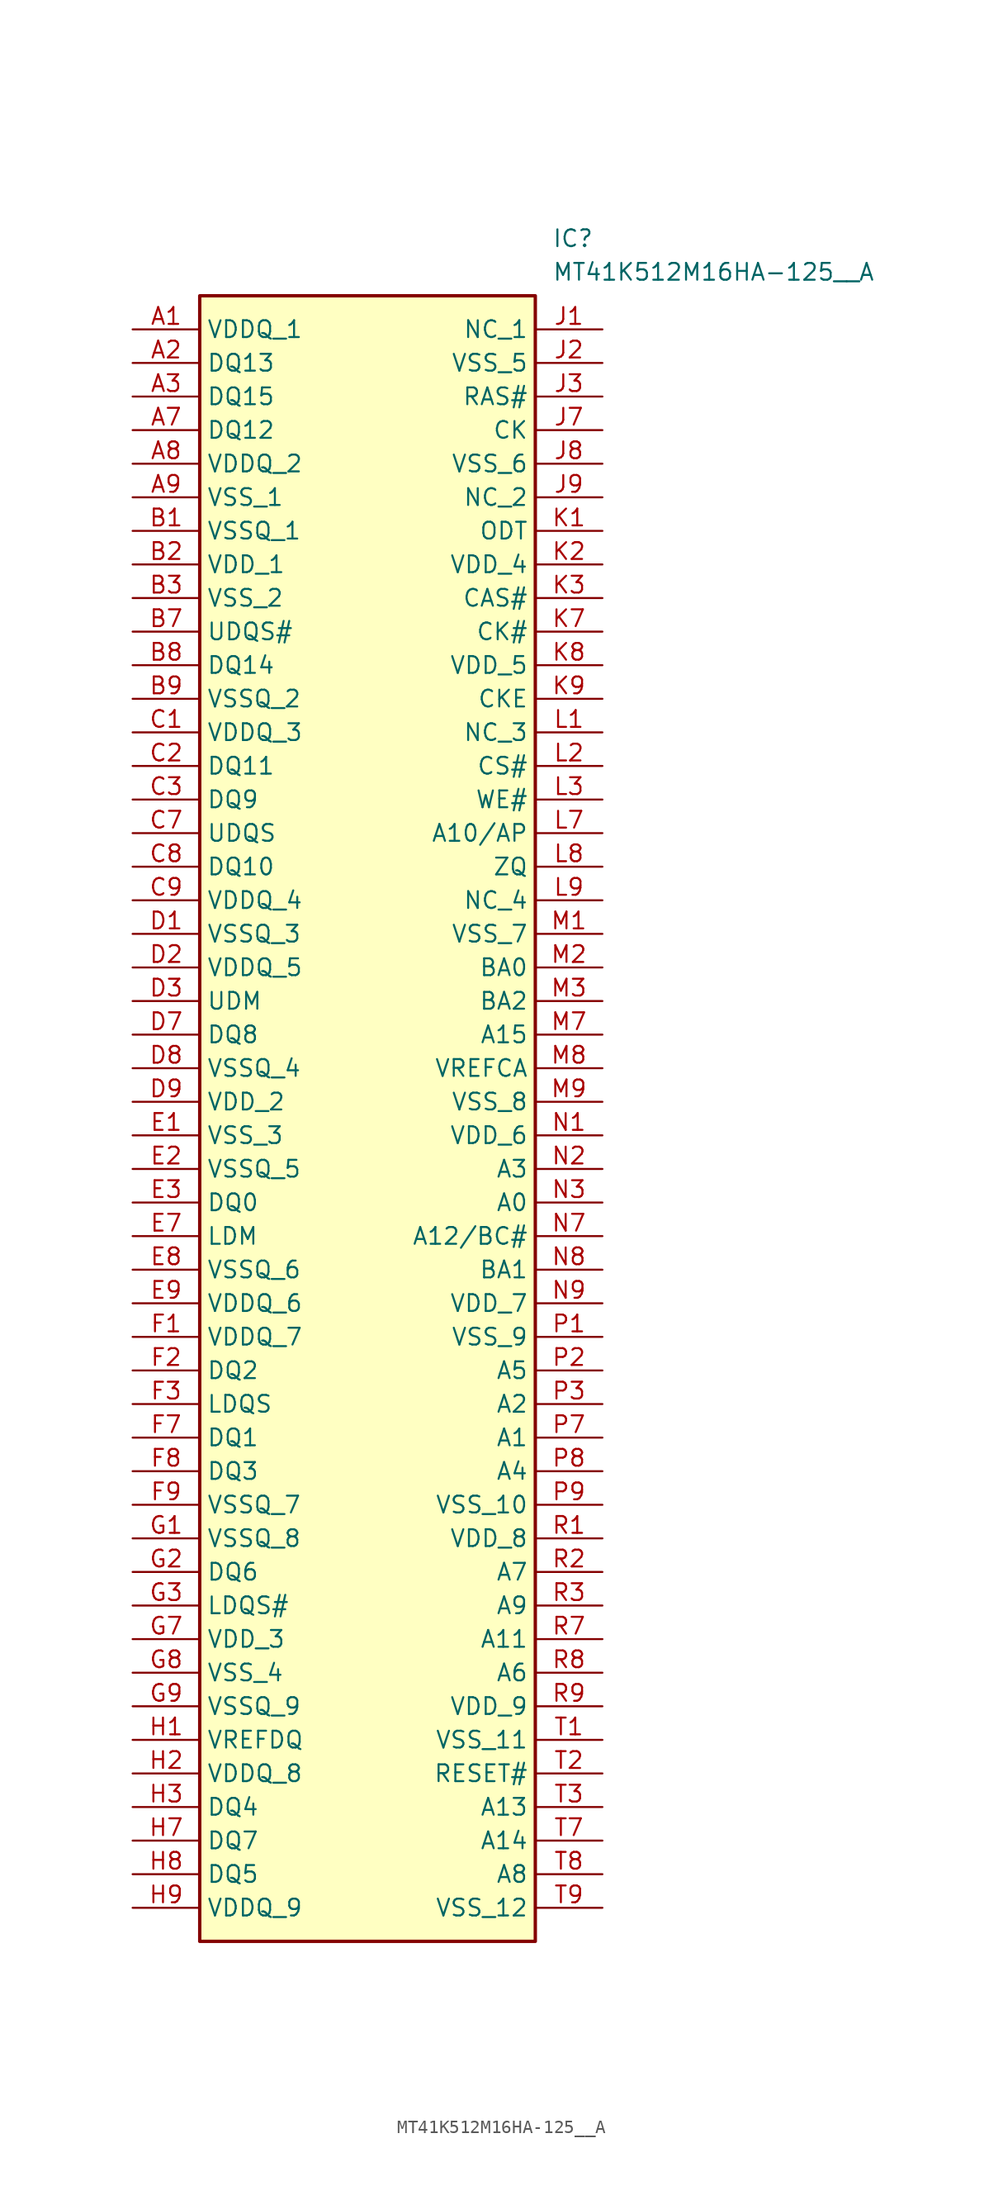
<source format=kicad_sym>
(kicad_symbol_lib
  (version 20211014)
  (generator SamacSys_ECAD_Model)
  (symbol "MT41K512M16HA-125__A"
    (property "Reference" "IC"
      (at 31.75 7.62 0)
      (effects (font (size 1.27 1.27)) (justify left top)))
    (property "Value" "MT41K512M16HA-125__A"
      (at 31.75 5.08 0)
      (effects (font (size 1.27 1.27)) (justify left top)))
    (rectangle
      (start 5.08 2.54)
      (end 30.48 -121.92)
      (stroke (width 0.254) (type default))
      (fill (type background)))
    (pin passive line
      (at 0 0 0)
      (length 5.08)
      (name "VDDQ_1" (effects (font (size 1.27 1.27))))
      (number "A1" (effects (font (size 1.27 1.27)))))
    (pin passive line
      (at 0 -2.54 0)
      (length 5.08)
      (name "DQ13" (effects (font (size 1.27 1.27))))
      (number "A2" (effects (font (size 1.27 1.27)))))
    (pin passive line
      (at 0 -5.08 0)
      (length 5.08)
      (name "DQ15" (effects (font (size 1.27 1.27))))
      (number "A3" (effects (font (size 1.27 1.27)))))
    (pin passive line
      (at 0 -7.62 0)
      (length 5.08)
      (name "DQ12" (effects (font (size 1.27 1.27))))
      (number "A7" (effects (font (size 1.27 1.27)))))
    (pin passive line
      (at 0 -10.16 0)
      (length 5.08)
      (name "VDDQ_2" (effects (font (size 1.27 1.27))))
      (number "A8" (effects (font (size 1.27 1.27)))))
    (pin passive line
      (at 0 -12.7 0)
      (length 5.08)
      (name "VSS_1" (effects (font (size 1.27 1.27))))
      (number "A9" (effects (font (size 1.27 1.27)))))
    (pin passive line
      (at 0 -15.24 0)
      (length 5.08)
      (name "VSSQ_1" (effects (font (size 1.27 1.27))))
      (number "B1" (effects (font (size 1.27 1.27)))))
    (pin passive line
      (at 0 -17.78 0)
      (length 5.08)
      (name "VDD_1" (effects (font (size 1.27 1.27))))
      (number "B2" (effects (font (size 1.27 1.27)))))
    (pin passive line
      (at 0 -20.32 0)
      (length 5.08)
      (name "VSS_2" (effects (font (size 1.27 1.27))))
      (number "B3" (effects (font (size 1.27 1.27)))))
    (pin passive line
      (at 0 -22.86 0)
      (length 5.08)
      (name "UDQS#" (effects (font (size 1.27 1.27))))
      (number "B7" (effects (font (size 1.27 1.27)))))
    (pin passive line
      (at 0 -25.4 0)
      (length 5.08)
      (name "DQ14" (effects (font (size 1.27 1.27))))
      (number "B8" (effects (font (size 1.27 1.27)))))
    (pin passive line
      (at 0 -27.94 0)
      (length 5.08)
      (name "VSSQ_2" (effects (font (size 1.27 1.27))))
      (number "B9" (effects (font (size 1.27 1.27)))))
    (pin passive line
      (at 0 -30.48 0)
      (length 5.08)
      (name "VDDQ_3" (effects (font (size 1.27 1.27))))
      (number "C1" (effects (font (size 1.27 1.27)))))
    (pin passive line
      (at 0 -33.02 0)
      (length 5.08)
      (name "DQ11" (effects (font (size 1.27 1.27))))
      (number "C2" (effects (font (size 1.27 1.27)))))
    (pin passive line
      (at 0 -35.56 0)
      (length 5.08)
      (name "DQ9" (effects (font (size 1.27 1.27))))
      (number "C3" (effects (font (size 1.27 1.27)))))
    (pin passive line
      (at 0 -38.1 0)
      (length 5.08)
      (name "UDQS" (effects (font (size 1.27 1.27))))
      (number "C7" (effects (font (size 1.27 1.27)))))
    (pin passive line
      (at 0 -40.64 0)
      (length 5.08)
      (name "DQ10" (effects (font (size 1.27 1.27))))
      (number "C8" (effects (font (size 1.27 1.27)))))
    (pin passive line
      (at 0 -43.18 0)
      (length 5.08)
      (name "VDDQ_4" (effects (font (size 1.27 1.27))))
      (number "C9" (effects (font (size 1.27 1.27)))))
    (pin passive line
      (at 0 -45.72 0)
      (length 5.08)
      (name "VSSQ_3" (effects (font (size 1.27 1.27))))
      (number "D1" (effects (font (size 1.27 1.27)))))
    (pin passive line
      (at 0 -48.26 0)
      (length 5.08)
      (name "VDDQ_5" (effects (font (size 1.27 1.27))))
      (number "D2" (effects (font (size 1.27 1.27)))))
    (pin passive line
      (at 0 -50.8 0)
      (length 5.08)
      (name "UDM" (effects (font (size 1.27 1.27))))
      (number "D3" (effects (font (size 1.27 1.27)))))
    (pin passive line
      (at 0 -53.34 0)
      (length 5.08)
      (name "DQ8" (effects (font (size 1.27 1.27))))
      (number "D7" (effects (font (size 1.27 1.27)))))
    (pin passive line
      (at 0 -55.88 0)
      (length 5.08)
      (name "VSSQ_4" (effects (font (size 1.27 1.27))))
      (number "D8" (effects (font (size 1.27 1.27)))))
    (pin passive line
      (at 0 -58.42 0)
      (length 5.08)
      (name "VDD_2" (effects (font (size 1.27 1.27))))
      (number "D9" (effects (font (size 1.27 1.27)))))
    (pin passive line
      (at 0 -60.96 0)
      (length 5.08)
      (name "VSS_3" (effects (font (size 1.27 1.27))))
      (number "E1" (effects (font (size 1.27 1.27)))))
    (pin passive line
      (at 0 -63.5 0)
      (length 5.08)
      (name "VSSQ_5" (effects (font (size 1.27 1.27))))
      (number "E2" (effects (font (size 1.27 1.27)))))
    (pin passive line
      (at 0 -66.04 0)
      (length 5.08)
      (name "DQ0" (effects (font (size 1.27 1.27))))
      (number "E3" (effects (font (size 1.27 1.27)))))
    (pin passive line
      (at 0 -68.58 0)
      (length 5.08)
      (name "LDM" (effects (font (size 1.27 1.27))))
      (number "E7" (effects (font (size 1.27 1.27)))))
    (pin passive line
      (at 0 -71.12 0)
      (length 5.08)
      (name "VSSQ_6" (effects (font (size 1.27 1.27))))
      (number "E8" (effects (font (size 1.27 1.27)))))
    (pin passive line
      (at 0 -73.66 0)
      (length 5.08)
      (name "VDDQ_6" (effects (font (size 1.27 1.27))))
      (number "E9" (effects (font (size 1.27 1.27)))))
    (pin passive line
      (at 0 -76.2 0)
      (length 5.08)
      (name "VDDQ_7" (effects (font (size 1.27 1.27))))
      (number "F1" (effects (font (size 1.27 1.27)))))
    (pin passive line
      (at 0 -78.74 0)
      (length 5.08)
      (name "DQ2" (effects (font (size 1.27 1.27))))
      (number "F2" (effects (font (size 1.27 1.27)))))
    (pin passive line
      (at 0 -81.28 0)
      (length 5.08)
      (name "LDQS" (effects (font (size 1.27 1.27))))
      (number "F3" (effects (font (size 1.27 1.27)))))
    (pin passive line
      (at 0 -83.82 0)
      (length 5.08)
      (name "DQ1" (effects (font (size 1.27 1.27))))
      (number "F7" (effects (font (size 1.27 1.27)))))
    (pin passive line
      (at 0 -86.36 0)
      (length 5.08)
      (name "DQ3" (effects (font (size 1.27 1.27))))
      (number "F8" (effects (font (size 1.27 1.27)))))
    (pin passive line
      (at 0 -88.9 0)
      (length 5.08)
      (name "VSSQ_7" (effects (font (size 1.27 1.27))))
      (number "F9" (effects (font (size 1.27 1.27)))))
    (pin passive line
      (at 0 -91.44 0)
      (length 5.08)
      (name "VSSQ_8" (effects (font (size 1.27 1.27))))
      (number "G1" (effects (font (size 1.27 1.27)))))
    (pin passive line
      (at 0 -93.98 0)
      (length 5.08)
      (name "DQ6" (effects (font (size 1.27 1.27))))
      (number "G2" (effects (font (size 1.27 1.27)))))
    (pin passive line
      (at 0 -96.52 0)
      (length 5.08)
      (name "LDQS#" (effects (font (size 1.27 1.27))))
      (number "G3" (effects (font (size 1.27 1.27)))))
    (pin passive line
      (at 0 -99.06 0)
      (length 5.08)
      (name "VDD_3" (effects (font (size 1.27 1.27))))
      (number "G7" (effects (font (size 1.27 1.27)))))
    (pin passive line
      (at 0 -101.6 0)
      (length 5.08)
      (name "VSS_4" (effects (font (size 1.27 1.27))))
      (number "G8" (effects (font (size 1.27 1.27)))))
    (pin passive line
      (at 0 -104.14 0)
      (length 5.08)
      (name "VSSQ_9" (effects (font (size 1.27 1.27))))
      (number "G9" (effects (font (size 1.27 1.27)))))
    (pin passive line
      (at 0 -106.68 0)
      (length 5.08)
      (name "VREFDQ" (effects (font (size 1.27 1.27))))
      (number "H1" (effects (font (size 1.27 1.27)))))
    (pin passive line
      (at 0 -109.22 0)
      (length 5.08)
      (name "VDDQ_8" (effects (font (size 1.27 1.27))))
      (number "H2" (effects (font (size 1.27 1.27)))))
    (pin passive line
      (at 0 -111.76 0)
      (length 5.08)
      (name "DQ4" (effects (font (size 1.27 1.27))))
      (number "H3" (effects (font (size 1.27 1.27)))))
    (pin passive line
      (at 0 -114.3 0)
      (length 5.08)
      (name "DQ7" (effects (font (size 1.27 1.27))))
      (number "H7" (effects (font (size 1.27 1.27)))))
    (pin passive line
      (at 0 -116.84 0)
      (length 5.08)
      (name "DQ5" (effects (font (size 1.27 1.27))))
      (number "H8" (effects (font (size 1.27 1.27)))))
    (pin passive line
      (at 0 -119.38 0)
      (length 5.08)
      (name "VDDQ_9" (effects (font (size 1.27 1.27))))
      (number "H9" (effects (font (size 1.27 1.27)))))
    (pin passive line
      (at 35.56 0 180)
      (length 5.08)
      (name "NC_1" (effects (font (size 1.27 1.27))))
      (number "J1" (effects (font (size 1.27 1.27)))))
    (pin passive line
      (at 35.56 -2.54 180)
      (length 5.08)
      (name "VSS_5" (effects (font (size 1.27 1.27))))
      (number "J2" (effects (font (size 1.27 1.27)))))
    (pin passive line
      (at 35.56 -5.08 180)
      (length 5.08)
      (name "RAS#" (effects (font (size 1.27 1.27))))
      (number "J3" (effects (font (size 1.27 1.27)))))
    (pin passive line
      (at 35.56 -7.62 180)
      (length 5.08)
      (name "CK" (effects (font (size 1.27 1.27))))
      (number "J7" (effects (font (size 1.27 1.27)))))
    (pin passive line
      (at 35.56 -10.16 180)
      (length 5.08)
      (name "VSS_6" (effects (font (size 1.27 1.27))))
      (number "J8" (effects (font (size 1.27 1.27)))))
    (pin passive line
      (at 35.56 -12.7 180)
      (length 5.08)
      (name "NC_2" (effects (font (size 1.27 1.27))))
      (number "J9" (effects (font (size 1.27 1.27)))))
    (pin passive line
      (at 35.56 -15.24 180)
      (length 5.08)
      (name "ODT" (effects (font (size 1.27 1.27))))
      (number "K1" (effects (font (size 1.27 1.27)))))
    (pin passive line
      (at 35.56 -17.78 180)
      (length 5.08)
      (name "VDD_4" (effects (font (size 1.27 1.27))))
      (number "K2" (effects (font (size 1.27 1.27)))))
    (pin passive line
      (at 35.56 -20.32 180)
      (length 5.08)
      (name "CAS#" (effects (font (size 1.27 1.27))))
      (number "K3" (effects (font (size 1.27 1.27)))))
    (pin passive line
      (at 35.56 -22.86 180)
      (length 5.08)
      (name "CK#" (effects (font (size 1.27 1.27))))
      (number "K7" (effects (font (size 1.27 1.27)))))
    (pin passive line
      (at 35.56 -25.4 180)
      (length 5.08)
      (name "VDD_5" (effects (font (size 1.27 1.27))))
      (number "K8" (effects (font (size 1.27 1.27)))))
    (pin passive line
      (at 35.56 -27.94 180)
      (length 5.08)
      (name "CKE" (effects (font (size 1.27 1.27))))
      (number "K9" (effects (font (size 1.27 1.27)))))
    (pin passive line
      (at 35.56 -30.48 180)
      (length 5.08)
      (name "NC_3" (effects (font (size 1.27 1.27))))
      (number "L1" (effects (font (size 1.27 1.27)))))
    (pin passive line
      (at 35.56 -33.02 180)
      (length 5.08)
      (name "CS#" (effects (font (size 1.27 1.27))))
      (number "L2" (effects (font (size 1.27 1.27)))))
    (pin passive line
      (at 35.56 -35.56 180)
      (length 5.08)
      (name "WE#" (effects (font (size 1.27 1.27))))
      (number "L3" (effects (font (size 1.27 1.27)))))
    (pin passive line
      (at 35.56 -38.1 180)
      (length 5.08)
      (name "A10/AP" (effects (font (size 1.27 1.27))))
      (number "L7" (effects (font (size 1.27 1.27)))))
    (pin passive line
      (at 35.56 -40.64 180)
      (length 5.08)
      (name "ZQ" (effects (font (size 1.27 1.27))))
      (number "L8" (effects (font (size 1.27 1.27)))))
    (pin passive line
      (at 35.56 -43.18 180)
      (length 5.08)
      (name "NC_4" (effects (font (size 1.27 1.27))))
      (number "L9" (effects (font (size 1.27 1.27)))))
    (pin passive line
      (at 35.56 -45.72 180)
      (length 5.08)
      (name "VSS_7" (effects (font (size 1.27 1.27))))
      (number "M1" (effects (font (size 1.27 1.27)))))
    (pin passive line
      (at 35.56 -48.26 180)
      (length 5.08)
      (name "BA0" (effects (font (size 1.27 1.27))))
      (number "M2" (effects (font (size 1.27 1.27)))))
    (pin passive line
      (at 35.56 -50.8 180)
      (length 5.08)
      (name "BA2" (effects (font (size 1.27 1.27))))
      (number "M3" (effects (font (size 1.27 1.27)))))
    (pin passive line
      (at 35.56 -53.34 180)
      (length 5.08)
      (name "A15" (effects (font (size 1.27 1.27))))
      (number "M7" (effects (font (size 1.27 1.27)))))
    (pin passive line
      (at 35.56 -55.88 180)
      (length 5.08)
      (name "VREFCA" (effects (font (size 1.27 1.27))))
      (number "M8" (effects (font (size 1.27 1.27)))))
    (pin passive line
      (at 35.56 -58.42 180)
      (length 5.08)
      (name "VSS_8" (effects (font (size 1.27 1.27))))
      (number "M9" (effects (font (size 1.27 1.27)))))
    (pin passive line
      (at 35.56 -60.96 180)
      (length 5.08)
      (name "VDD_6" (effects (font (size 1.27 1.27))))
      (number "N1" (effects (font (size 1.27 1.27)))))
    (pin passive line
      (at 35.56 -63.5 180)
      (length 5.08)
      (name "A3" (effects (font (size 1.27 1.27))))
      (number "N2" (effects (font (size 1.27 1.27)))))
    (pin passive line
      (at 35.56 -66.04 180)
      (length 5.08)
      (name "A0" (effects (font (size 1.27 1.27))))
      (number "N3" (effects (font (size 1.27 1.27)))))
    (pin passive line
      (at 35.56 -68.58 180)
      (length 5.08)
      (name "A12/BC#" (effects (font (size 1.27 1.27))))
      (number "N7" (effects (font (size 1.27 1.27)))))
    (pin passive line
      (at 35.56 -71.12 180)
      (length 5.08)
      (name "BA1" (effects (font (size 1.27 1.27))))
      (number "N8" (effects (font (size 1.27 1.27)))))
    (pin passive line
      (at 35.56 -73.66 180)
      (length 5.08)
      (name "VDD_7" (effects (font (size 1.27 1.27))))
      (number "N9" (effects (font (size 1.27 1.27)))))
    (pin passive line
      (at 35.56 -76.2 180)
      (length 5.08)
      (name "VSS_9" (effects (font (size 1.27 1.27))))
      (number "P1" (effects (font (size 1.27 1.27)))))
    (pin passive line
      (at 35.56 -78.74 180)
      (length 5.08)
      (name "A5" (effects (font (size 1.27 1.27))))
      (number "P2" (effects (font (size 1.27 1.27)))))
    (pin passive line
      (at 35.56 -81.28 180)
      (length 5.08)
      (name "A2" (effects (font (size 1.27 1.27))))
      (number "P3" (effects (font (size 1.27 1.27)))))
    (pin passive line
      (at 35.56 -83.82 180)
      (length 5.08)
      (name "A1" (effects (font (size 1.27 1.27))))
      (number "P7" (effects (font (size 1.27 1.27)))))
    (pin passive line
      (at 35.56 -86.36 180)
      (length 5.08)
      (name "A4" (effects (font (size 1.27 1.27))))
      (number "P8" (effects (font (size 1.27 1.27)))))
    (pin passive line
      (at 35.56 -88.9 180)
      (length 5.08)
      (name "VSS_10" (effects (font (size 1.27 1.27))))
      (number "P9" (effects (font (size 1.27 1.27)))))
    (pin passive line
      (at 35.56 -91.44 180)
      (length 5.08)
      (name "VDD_8" (effects (font (size 1.27 1.27))))
      (number "R1" (effects (font (size 1.27 1.27)))))
    (pin passive line
      (at 35.56 -93.98 180)
      (length 5.08)
      (name "A7" (effects (font (size 1.27 1.27))))
      (number "R2" (effects (font (size 1.27 1.27)))))
    (pin passive line
      (at 35.56 -96.52 180)
      (length 5.08)
      (name "A9" (effects (font (size 1.27 1.27))))
      (number "R3" (effects (font (size 1.27 1.27)))))
    (pin passive line
      (at 35.56 -99.06 180)
      (length 5.08)
      (name "A11" (effects (font (size 1.27 1.27))))
      (number "R7" (effects (font (size 1.27 1.27)))))
    (pin passive line
      (at 35.56 -101.6 180)
      (length 5.08)
      (name "A6" (effects (font (size 1.27 1.27))))
      (number "R8" (effects (font (size 1.27 1.27)))))
    (pin passive line
      (at 35.56 -104.14 180)
      (length 5.08)
      (name "VDD_9" (effects (font (size 1.27 1.27))))
      (number "R9" (effects (font (size 1.27 1.27)))))
    (pin passive line
      (at 35.56 -106.68 180)
      (length 5.08)
      (name "VSS_11" (effects (font (size 1.27 1.27))))
      (number "T1" (effects (font (size 1.27 1.27)))))
    (pin passive line
      (at 35.56 -109.22 180)
      (length 5.08)
      (name "RESET#" (effects (font (size 1.27 1.27))))
      (number "T2" (effects (font (size 1.27 1.27)))))
    (pin passive line
      (at 35.56 -111.76 180)
      (length 5.08)
      (name "A13" (effects (font (size 1.27 1.27))))
      (number "T3" (effects (font (size 1.27 1.27)))))
    (pin passive line
      (at 35.56 -114.3 180)
      (length 5.08)
      (name "A14" (effects (font (size 1.27 1.27))))
      (number "T7" (effects (font (size 1.27 1.27)))))
    (pin passive line
      (at 35.56 -116.84 180)
      (length 5.08)
      (name "A8" (effects (font (size 1.27 1.27))))
      (number "T8" (effects (font (size 1.27 1.27)))))
    (pin passive line
      (at 35.56 -119.38 180)
      (length 5.08)
      (name "VSS_12" (effects (font (size 1.27 1.27))))
      (number "T9" (effects (font (size 1.27 1.27)))))))
</source>
